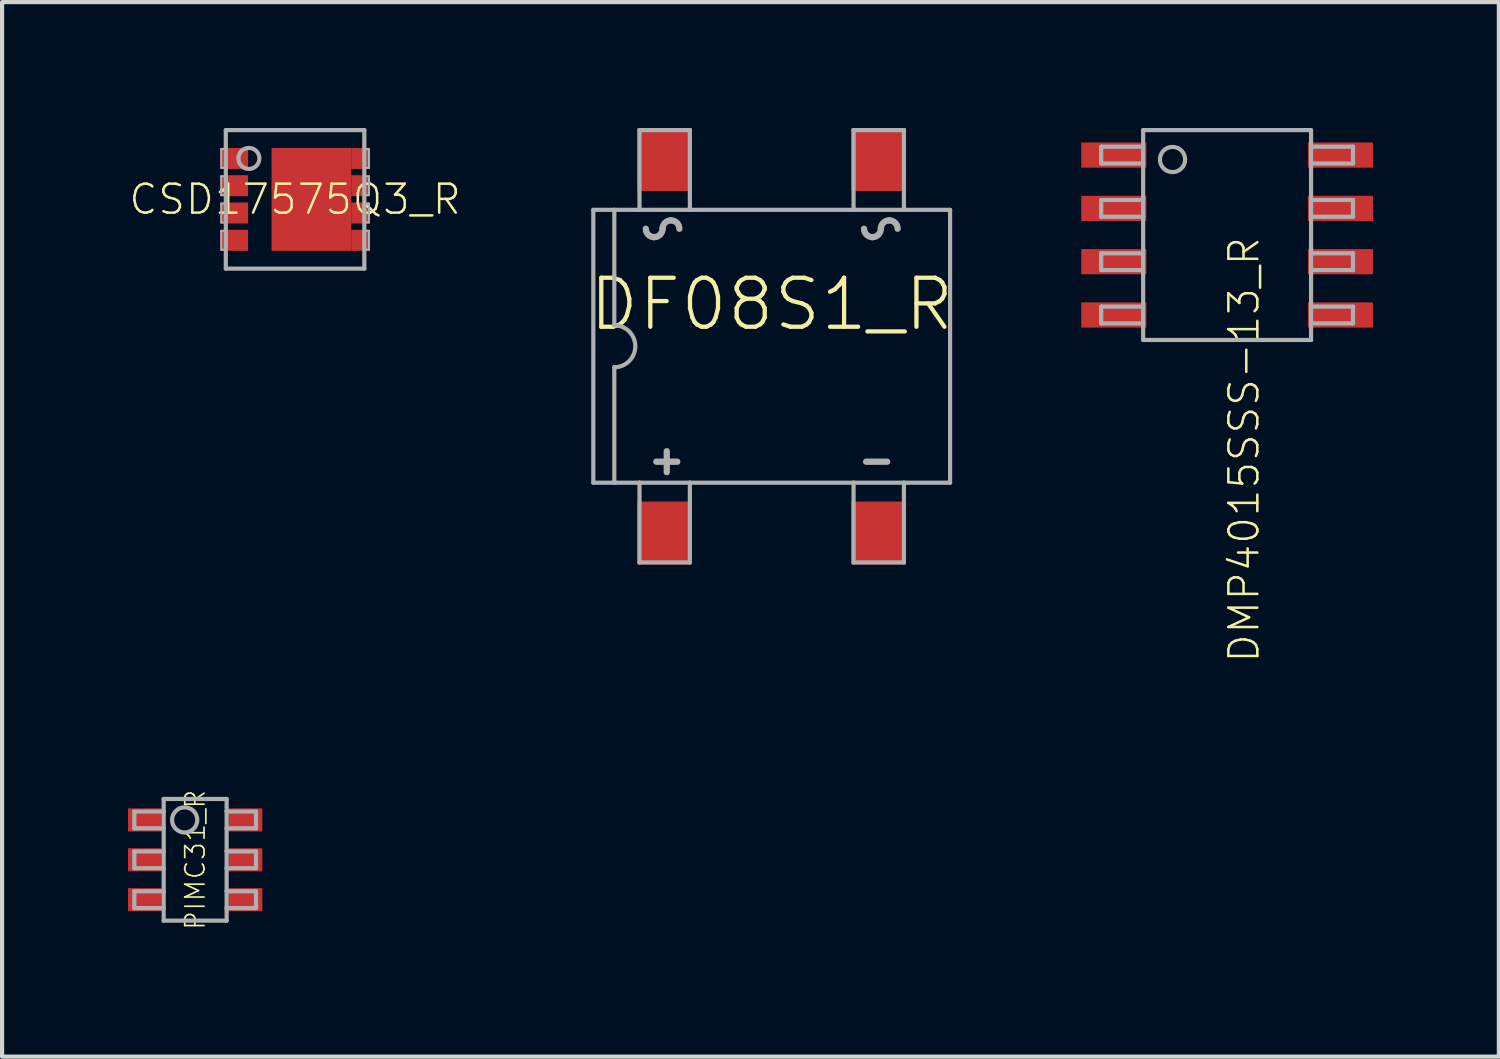
<source format=kicad_pcb>
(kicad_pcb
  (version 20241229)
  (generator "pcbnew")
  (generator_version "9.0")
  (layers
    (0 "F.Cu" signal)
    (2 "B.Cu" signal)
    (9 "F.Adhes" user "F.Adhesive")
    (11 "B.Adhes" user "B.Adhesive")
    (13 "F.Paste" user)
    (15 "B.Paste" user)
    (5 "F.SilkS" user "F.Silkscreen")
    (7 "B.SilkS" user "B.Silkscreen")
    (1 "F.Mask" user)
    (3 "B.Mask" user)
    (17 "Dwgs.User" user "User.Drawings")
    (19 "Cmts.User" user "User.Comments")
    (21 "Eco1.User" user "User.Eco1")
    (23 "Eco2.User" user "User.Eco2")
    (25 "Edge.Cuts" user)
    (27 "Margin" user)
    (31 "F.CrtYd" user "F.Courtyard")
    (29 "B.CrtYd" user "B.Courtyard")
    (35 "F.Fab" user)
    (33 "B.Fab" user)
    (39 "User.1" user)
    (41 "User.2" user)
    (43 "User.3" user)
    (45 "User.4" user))
  (footprint "DF08S1_R"
    (layer "F.Cu")
    (at 15.336 5.2)
    (property "Reference" "DF08S1_R" (at 0 -1 0) (unlocked yes) (layer "F.SilkS") (effects (font (size 1.168 1.168) (thickness 0.102))))
    (fp_line (start -4.25 -3.25) (end -4.25 3.25) (stroke (width 0.1) (type solid)) (layer "F.Fab"))
    (fp_line (start -4.25 3.25) (end -3.75 3.25) (stroke (width 0.1) (type solid)) (layer "F.Fab"))
    (fp_line (start -3.75 -3.25) (end -4.25 -3.25) (stroke (width 0.1) (type solid)) (layer "F.Fab"))
    (fp_line (start -3.75 -3.25) (end -3.75 -0.5) (stroke (width 0.1) (type solid)) (layer "F.Fab"))
    (fp_line (start -3.75 0.5) (end -3.75 3.25) (stroke (width 0.1) (type solid)) (layer "F.Fab"))
    (fp_line (start -3.75 3.25) (end -3.15 3.25) (stroke (width 0.1) (type solid)) (layer "F.Fab"))
    (fp_line (start -3.15 -5.15) (end -3.15 -3.25) (stroke (width 0.1) (type solid)) (layer "F.Fab"))
    (fp_line (start -3.15 -5.15) (end -1.95 -5.15) (stroke (width 0.1) (type solid)) (layer "F.Fab"))
    (fp_line (start -3.15 -3.25) (end -3.75 -3.25) (stroke (width 0.1) (type solid)) (layer "F.Fab"))
    (fp_line (start -3.15 3.25) (end -3.15 5.15) (stroke (width 0.1) (type solid)) (layer "F.Fab"))
    (fp_line (start -3.15 3.25) (end -1.95 3.25) (stroke (width 0.1) (type solid)) (layer "F.Fab"))
    (fp_line (start -3.15 5.15) (end -1.95 5.15) (stroke (width 0.1) (type solid)) (layer "F.Fab"))
    (fp_line (start -2.75 2.75) (end -2.25 2.75) (stroke (width 0.15) (type solid)) (layer "F.Fab"))
    (fp_line (start -2.5 2.5) (end -2.5 3) (stroke (width 0.15) (type solid)) (layer "F.Fab"))
    (fp_line (start -1.95 -5.15) (end -1.95 -3.25) (stroke (width 0.1) (type solid)) (layer "F.Fab"))
    (fp_line (start -1.95 -3.25) (end -3.15 -3.25) (stroke (width 0.1) (type solid)) (layer "F.Fab"))
    (fp_line (start -1.95 3.25) (end 1.95 3.25) (stroke (width 0.1) (type solid)) (layer "F.Fab"))
    (fp_line (start -1.95 5.15) (end -1.95 3.25) (stroke (width 0.1) (type solid)) (layer "F.Fab"))
    (fp_line (start 1.95 -5.15) (end 3.15 -5.15) (stroke (width 0.1) (type solid)) (layer "F.Fab"))
    (fp_line (start 1.95 -3.25) (end -1.95 -3.25) (stroke (width 0.1) (type solid)) (layer "F.Fab"))
    (fp_line (start 1.95 -3.25) (end 1.95 -5.15) (stroke (width 0.1) (type solid)) (layer "F.Fab"))
    (fp_line (start 1.95 3.25) (end 1.95 5.15) (stroke (width 0.1) (type solid)) (layer "F.Fab"))
    (fp_line (start 1.95 3.25) (end 3.15 3.25) (stroke (width 0.1) (type solid)) (layer "F.Fab"))
    (fp_line (start 1.95 5.15) (end 3.15 5.15) (stroke (width 0.1) (type solid)) (layer "F.Fab"))
    (fp_line (start 2.25 2.75) (end 2.75 2.75) (stroke (width 0.15) (type solid)) (layer "F.Fab"))
    (fp_line (start 3.15 -5.15) (end 3.15 -3.25) (stroke (width 0.1) (type solid)) (layer "F.Fab"))
    (fp_line (start 3.15 -3.25) (end 1.95 -3.25) (stroke (width 0.1) (type solid)) (layer "F.Fab"))
    (fp_line (start 3.15 3.25) (end 4.25 3.25) (stroke (width 0.1) (type solid)) (layer "F.Fab"))
    (fp_line (start 3.15 5.15) (end 3.15 3.25) (stroke (width 0.1) (type solid)) (layer "F.Fab"))
    (fp_line (start 4.25 -3.25) (end 3.15 -3.25) (stroke (width 0.1) (type solid)) (layer "F.Fab"))
    (fp_line (start 4.25 3.25) (end 4.25 -3.25) (stroke (width 0.1) (type solid)) (layer "F.Fab"))
    (fp_arc (start -3.75 -0.5) (mid -3.25 0) (end -3.75 0.5) (stroke (width 0.1) (type solid)) (layer "F.Fab"))
    (fp_arc (start -2.8 -2.6) (mid -2.941421 -2.658579) (end -3 -2.8) (stroke (width 0.15) (type solid)) (layer "F.Fab"))
    (fp_arc (start -2.6 -2.8) (mid -2.658579 -2.658579) (end -2.8 -2.6) (stroke (width 0.15) (type solid)) (layer "F.Fab"))
    (fp_arc (start -2.6 -2.8) (mid -2.541421 -2.941421) (end -2.4 -3) (stroke (width 0.15) (type solid)) (layer "F.Fab"))
    (fp_arc (start -2.4 -3) (mid -2.258579 -2.941421) (end -2.2 -2.8) (stroke (width 0.15) (type solid)) (layer "F.Fab"))
    (fp_arc (start 2.4 -2.6) (mid 2.258579 -2.658579) (end 2.2 -2.8) (stroke (width 0.15) (type solid)) (layer "F.Fab"))
    (fp_arc (start 2.6 -2.8) (mid 2.541421 -2.658579) (end 2.4 -2.6) (stroke (width 0.15) (type solid)) (layer "F.Fab"))
    (fp_arc (start 2.6 -2.8) (mid 2.658579 -2.941421) (end 2.8 -3) (stroke (width 0.15) (type solid)) (layer "F.Fab"))
    (fp_arc (start 2.8 -3) (mid 2.941421 -2.941421) (end 3 -2.8) (stroke (width 0.15) (type solid)) (layer "F.Fab"))
    (pad "AC1" smd rect (at -2.55 -4.45 90) (size 1.5 1.3) (layers "F.Cu" "F.Mask" "F.Paste"))
    (pad "AC2" smd rect (at 2.55 -4.45 90) (size 1.5 1.3) (layers "F.Cu" "F.Mask" "F.Paste"))
    (pad "MINUS" smd rect (at 2.55 4.45 90) (size 1.5 1.3) (layers "F.Cu" "F.Mask" "F.Paste"))
    (pad "PLUS" smd rect (at -2.55 4.45 90) (size 1.5 1.3) (layers "F.Cu" "F.Mask" "F.Paste")))
  (footprint "DMP4015SSS-13_R"
    (layer "F.Cu")
    (at 26.186 2.55)
    (property "Reference" "DMP4015SSS-13_R" (at 0 0 90) (unlocked yes) (layer "F.SilkS") (effects (font (size 0.69 0.69) (thickness 0.06)) (justify right top)))
    (fp_poly (pts (xy -1.925 -1.605) (xy -3.475 -1.605) (xy -3.475 -2.205) (xy -1.925 -2.205)) (stroke (width 0) (type default)) (fill yes) (layer "F.Paste"))
    (fp_poly (pts (xy -1.925 -0.335) (xy -3.475 -0.335) (xy -3.475 -0.935) (xy -1.925 -0.935)) (stroke (width 0) (type default)) (fill yes) (layer "F.Paste"))
    (fp_poly (pts (xy -1.925 0.935) (xy -3.475 0.935) (xy -3.475 0.335) (xy -1.925 0.335)) (stroke (width 0) (type default)) (fill yes) (layer "F.Paste"))
    (fp_poly (pts (xy -1.925 2.205) (xy -3.475 2.205) (xy -3.475 1.605) (xy -1.925 1.605)) (stroke (width 0) (type default)) (fill yes) (layer "F.Paste"))
    (fp_poly (pts (xy 3.475 -1.605) (xy 1.925 -1.605) (xy 1.925 -2.205) (xy 3.475 -2.205)) (stroke (width 0) (type default)) (fill yes) (layer "F.Paste"))
    (fp_poly (pts (xy 3.475 -0.335) (xy 1.925 -0.335) (xy 1.925 -0.935) (xy 3.475 -0.935)) (stroke (width 0) (type default)) (fill yes) (layer "F.Paste"))
    (fp_poly (pts (xy 3.475 0.935) (xy 1.925 0.935) (xy 1.925 0.335) (xy 3.475 0.335)) (stroke (width 0) (type default)) (fill yes) (layer "F.Paste"))
    (fp_poly (pts (xy 3.475 2.205) (xy 1.925 2.205) (xy 1.925 1.605) (xy 3.475 1.605)) (stroke (width 0) (type default)) (fill yes) (layer "F.Paste"))
    (fp_line (start -3 -2.105) (end -2 -2.105) (stroke (width 0.1) (type solid)) (layer "F.Fab"))
    (fp_line (start -3 -1.705) (end -3 -2.105) (stroke (width 0.1) (type solid)) (layer "F.Fab"))
    (fp_line (start -3 -0.835) (end -2 -0.835) (stroke (width 0.1) (type solid)) (layer "F.Fab"))
    (fp_line (start -3 -0.435) (end -3 -0.835) (stroke (width 0.1) (type solid)) (layer "F.Fab"))
    (fp_line (start -3 0.435) (end -2 0.435) (stroke (width 0.1) (type solid)) (layer "F.Fab"))
    (fp_line (start -3 0.835) (end -3 0.435) (stroke (width 0.1) (type solid)) (layer "F.Fab"))
    (fp_line (start -3 1.705) (end -2 1.705) (stroke (width 0.1) (type solid)) (layer "F.Fab"))
    (fp_line (start -3 2.105) (end -3 1.705) (stroke (width 0.1) (type solid)) (layer "F.Fab"))
    (fp_line (start -2 -2.5) (end 2 -2.5) (stroke (width 0.1) (type solid)) (layer "F.Fab"))
    (fp_line (start -2 -1.705) (end -3 -1.705) (stroke (width 0.1) (type solid)) (layer "F.Fab"))
    (fp_line (start -2 -0.435) (end -3 -0.435) (stroke (width 0.1) (type solid)) (layer "F.Fab"))
    (fp_line (start -2 0.835) (end -3 0.835) (stroke (width 0.1) (type solid)) (layer "F.Fab"))
    (fp_line (start -2 2.105) (end -3 2.105) (stroke (width 0.1) (type solid)) (layer "F.Fab"))
    (fp_line (start -2 2.5) (end -2 -2.5) (stroke (width 0.1) (type solid)) (layer "F.Fab"))
    (fp_line (start 2 -2.5) (end 2 2.5) (stroke (width 0.1) (type solid)) (layer "F.Fab"))
    (fp_line (start 2 -2.105) (end 3 -2.105) (stroke (width 0.1) (type solid)) (layer "F.Fab"))
    (fp_line (start 2 -0.835) (end 3 -0.835) (stroke (width 0.1) (type solid)) (layer "F.Fab"))
    (fp_line (start 2 0.435) (end 3 0.435) (stroke (width 0.1) (type solid)) (layer "F.Fab"))
    (fp_line (start 2 1.705) (end 3 1.705) (stroke (width 0.1) (type solid)) (layer "F.Fab"))
    (fp_line (start 2 2.5) (end -2 2.5) (stroke (width 0.1) (type solid)) (layer "F.Fab"))
    (fp_line (start 3 -2.105) (end 3 -1.705) (stroke (width 0.1) (type solid)) (layer "F.Fab"))
    (fp_line (start 3 -1.705) (end 2 -1.705) (stroke (width 0.1) (type solid)) (layer "F.Fab"))
    (fp_line (start 3 -0.835) (end 3 -0.435) (stroke (width 0.1) (type solid)) (layer "F.Fab"))
    (fp_line (start 3 -0.435) (end 2 -0.435) (stroke (width 0.1) (type solid)) (layer "F.Fab"))
    (fp_line (start 3 0.435) (end 3 0.835) (stroke (width 0.1) (type solid)) (layer "F.Fab"))
    (fp_line (start 3 0.835) (end 2 0.835) (stroke (width 0.1) (type solid)) (layer "F.Fab"))
    (fp_line (start 3 1.705) (end 3 2.105) (stroke (width 0.1) (type solid)) (layer "F.Fab"))
    (fp_line (start 3 2.105) (end 2 2.105) (stroke (width 0.1) (type solid)) (layer "F.Fab"))
    (fp_circle (center -1.3 -1.8) (end -1 -1.8) (stroke (width 0.1) (type solid)) (fill no) (layer "F.Fab"))
    (pad "1" smd rect (at -2.7 -1.905 270) (size 0.6 1.55) (layers "F.Cu" "F.Mask"))
    (pad "2" smd rect (at -2.7 -0.635 270) (size 0.6 1.55) (layers "F.Cu" "F.Mask"))
    (pad "3" smd rect (at -2.7 0.635 270) (size 0.6 1.55) (layers "F.Cu" "F.Mask"))
    (pad "4" smd rect (at -2.7 1.905 270) (size 0.6 1.55) (layers "F.Cu" "F.Mask"))
    (pad "5" smd rect (at 2.7 1.905 270) (size 0.6 1.55) (layers "F.Cu" "F.Mask"))
    (pad "6" smd rect (at 2.7 0.635 270) (size 0.6 1.55) (layers "F.Cu" "F.Mask"))
    (pad "7" smd rect (at 2.7 -0.635 270) (size 0.6 1.55) (layers "F.Cu" "F.Mask"))
    (pad "8" smd rect (at 2.7 -1.905 270) (size 0.6 1.55) (layers "F.Cu" "F.Mask")))
  (footprint "PIMC31_R"
    (layer "F.Cu")
    (at 1.6 17.435)
    (property "Reference" "PIMC31_R" (at 0 0 90) (unlocked yes) (layer "F.SilkS") (effects (font (size 0.46 0.46) (thickness 0.04))))
    (fp_poly (pts (xy -1.55 -0.725) (xy -0.85 -0.725) (xy -0.85 -1.175) (xy -1.55 -1.175)) (stroke (width 0) (type default)) (fill yes) (layer "F.Paste"))
    (fp_poly (pts (xy -1.55 0.225) (xy -0.85 0.225) (xy -0.85 -0.225) (xy -1.55 -0.225)) (stroke (width 0) (type default)) (fill yes) (layer "F.Paste"))
    (fp_poly (pts (xy -1.55 1.175) (xy -0.85 1.175) (xy -0.85 0.725) (xy -1.55 0.725)) (stroke (width 0) (type default)) (fill yes) (layer "F.Paste"))
    (fp_poly (pts (xy 1.55 -1.175) (xy 0.85 -1.175) (xy 0.85 -0.725) (xy 1.55 -0.725)) (stroke (width 0) (type default)) (fill yes) (layer "F.Paste"))
    (fp_poly (pts (xy 1.55 -0.225) (xy 0.85 -0.225) (xy 0.85 0.225) (xy 1.55 0.225)) (stroke (width 0) (type default)) (fill yes) (layer "F.Paste"))
    (fp_poly (pts (xy 1.55 0.725) (xy 0.85 0.725) (xy 0.85 1.175) (xy 1.55 1.175)) (stroke (width 0) (type default)) (fill yes) (layer "F.Paste"))
    (fp_line (start -1.45 -1.15) (end -1.45 -0.75) (stroke (width 0.1) (type solid)) (layer "F.Fab"))
    (fp_line (start -1.45 -0.75) (end -0.75 -0.75) (stroke (width 0.1) (type solid)) (layer "F.Fab"))
    (fp_line (start -1.45 -0.2) (end -1.45 0.2) (stroke (width 0.1) (type solid)) (layer "F.Fab"))
    (fp_line (start -1.45 0.2) (end -0.75 0.2) (stroke (width 0.1) (type solid)) (layer "F.Fab"))
    (fp_line (start -1.45 0.75) (end -1.45 1.15) (stroke (width 0.1) (type solid)) (layer "F.Fab"))
    (fp_line (start -1.45 1.15) (end -0.75 1.15) (stroke (width 0.1) (type solid)) (layer "F.Fab"))
    (fp_line (start -0.75 -1.45) (end -0.75 -1.15) (stroke (width 0.1) (type solid)) (layer "F.Fab"))
    (fp_line (start -0.75 -1.45) (end 0.75 -1.45) (stroke (width 0.1) (type solid)) (layer "F.Fab"))
    (fp_line (start -0.75 -1.15) (end -1.45 -1.15) (stroke (width 0.1) (type solid)) (layer "F.Fab"))
    (fp_line (start -0.75 -1.15) (end -0.75 -0.75) (stroke (width 0.1) (type solid)) (layer "F.Fab"))
    (fp_line (start -0.75 -0.75) (end -0.75 -0.2) (stroke (width 0.1) (type solid)) (layer "F.Fab"))
    (fp_line (start -0.75 -0.2) (end -1.45 -0.2) (stroke (width 0.1) (type solid)) (layer "F.Fab"))
    (fp_line (start -0.75 -0.2) (end -0.75 0.2) (stroke (width 0.1) (type solid)) (layer "F.Fab"))
    (fp_line (start -0.75 0.2) (end -0.75 0.75) (stroke (width 0.1) (type solid)) (layer "F.Fab"))
    (fp_line (start -0.75 0.75) (end -1.45 0.75) (stroke (width 0.1) (type solid)) (layer "F.Fab"))
    (fp_line (start -0.75 0.75) (end -0.75 1.15) (stroke (width 0.1) (type solid)) (layer "F.Fab"))
    (fp_line (start -0.75 1.15) (end -0.75 1.45) (stroke (width 0.1) (type solid)) (layer "F.Fab"))
    (fp_line (start 0.75 -1.45) (end 0.75 -1.15) (stroke (width 0.1) (type solid)) (layer "F.Fab"))
    (fp_line (start 0.75 -1.15) (end 0.75 -0.75) (stroke (width 0.1) (type solid)) (layer "F.Fab"))
    (fp_line (start 0.75 -0.75) (end 0.75 -0.2) (stroke (width 0.1) (type solid)) (layer "F.Fab"))
    (fp_line (start 0.75 -0.75) (end 1.45 -0.75) (stroke (width 0.1) (type solid)) (layer "F.Fab"))
    (fp_line (start 0.75 -0.2) (end 0.75 0.2) (stroke (width 0.1) (type solid)) (layer "F.Fab"))
    (fp_line (start 0.75 0.2) (end 0.75 0.75) (stroke (width 0.1) (type solid)) (layer "F.Fab"))
    (fp_line (start 0.75 0.2) (end 1.45 0.2) (stroke (width 0.1) (type solid)) (layer "F.Fab"))
    (fp_line (start 0.75 0.75) (end 0.75 1.15) (stroke (width 0.1) (type solid)) (layer "F.Fab"))
    (fp_line (start 0.75 1.15) (end 0.75 1.45) (stroke (width 0.1) (type solid)) (layer "F.Fab"))
    (fp_line (start 0.75 1.15) (end 1.45 1.15) (stroke (width 0.1) (type solid)) (layer "F.Fab"))
    (fp_line (start 0.75 1.45) (end -0.75 1.45) (stroke (width 0.1) (type solid)) (layer "F.Fab"))
    (fp_line (start 1.45 -1.15) (end 0.75 -1.15) (stroke (width 0.1) (type solid)) (layer "F.Fab"))
    (fp_line (start 1.45 -0.75) (end 1.45 -1.15) (stroke (width 0.1) (type solid)) (layer "F.Fab"))
    (fp_line (start 1.45 -0.2) (end 0.75 -0.2) (stroke (width 0.1) (type solid)) (layer "F.Fab"))
    (fp_line (start 1.45 0.2) (end 1.45 -0.2) (stroke (width 0.1) (type solid)) (layer "F.Fab"))
    (fp_line (start 1.45 0.75) (end 0.75 0.75) (stroke (width 0.1) (type solid)) (layer "F.Fab"))
    (fp_line (start 1.45 1.15) (end 1.45 0.75) (stroke (width 0.1) (type solid)) (layer "F.Fab"))
    (fp_circle (center -0.25 -0.95) (end 0.05 -0.95) (stroke (width 0.1) (type solid)) (fill no) (layer "F.Fab"))
    (pad "1" smd rect (at -1.2 -0.95) (size 0.8 0.55) (layers "F.Cu" "F.Mask"))
    (pad "2" smd rect (at -1.2 0) (size 0.8 0.55) (layers "F.Cu" "F.Mask"))
    (pad "3" smd rect (at -1.2 0.95) (size 0.8 0.55) (layers "F.Cu" "F.Mask"))
    (pad "4" smd rect (at 1.2 0.95) (size 0.8 0.55) (layers "F.Cu" "F.Mask"))
    (pad "5" smd rect (at 1.2 0) (size 0.8 0.55) (layers "F.Cu" "F.Mask"))
    (pad "6" smd rect (at 1.2 -0.95) (size 0.8 0.55) (layers "F.Cu" "F.Mask")))
  (footprint "CSD17575Q3_R"
    (layer "F.Cu")
    (at 3.98 1.7)
    (property "Reference" "CSD17575Q3_R" (at 0 0 0) (unlocked yes) (layer "F.SilkS") (effects (font (size 0.69 0.69) (thickness 0.06))))
    (fp_poly (pts (xy -1.8 1.275) (xy -1.07 1.275) (xy -1.07 -1.275) (xy -1.8 -1.275)) (stroke (width 0) (type default)) (fill yes) (layer "F.Mask"))
    (fp_poly (pts (xy -0.61 1.275) (xy 1.8 1.275) (xy 1.8 -1.275) (xy -0.61 -1.275)) (stroke (width 0) (type default)) (fill yes) (layer "F.Mask"))
    (fp_poly (pts (xy -1.21 -0.82) (xy -1.66 -0.82) (xy -1.66 -1.13) (xy -1.21 -1.13)) (stroke (width 0) (type default)) (fill yes) (layer "F.Paste"))
    (fp_poly (pts (xy -1.21 -0.17) (xy -1.66 -0.17) (xy -1.66 -0.48) (xy -1.21 -0.48)) (stroke (width 0) (type default)) (fill yes) (layer "F.Paste"))
    (fp_poly (pts (xy -1.21 0.48) (xy -1.66 0.48) (xy -1.66 0.17) (xy -1.21 0.17)) (stroke (width 0) (type default)) (fill yes) (layer "F.Paste"))
    (fp_poly (pts (xy -1.21 1.13) (xy -1.66 1.13) (xy -1.66 0.82) (xy -1.21 0.82)) (stroke (width 0) (type default)) (fill yes) (layer "F.Paste"))
    (fp_poly (pts (xy 0.95 -0.15) (xy -0.4 -0.15) (xy -0.4 -1.05) (xy 0.95 -1.05)) (stroke (width 0) (type default)) (fill yes) (layer "F.Paste"))
    (fp_poly (pts (xy 0.95 1.05) (xy -0.4 1.05) (xy -0.4 0.15) (xy 0.95 0.15)) (stroke (width 0) (type default)) (fill yes) (layer "F.Paste"))
    (fp_poly (pts (xy 1.66 -0.82) (xy 1.21 -0.82) (xy 1.21 -1.13) (xy 1.66 -1.13)) (stroke (width 0) (type default)) (fill yes) (layer "F.Paste"))
    (fp_poly (pts (xy 1.66 -0.17) (xy 1.21 -0.17) (xy 1.21 -0.48) (xy 1.66 -0.48)) (stroke (width 0) (type default)) (fill yes) (layer "F.Paste"))
    (fp_poly (pts (xy 1.66 0.48) (xy 1.21 0.48) (xy 1.21 0.17) (xy 1.66 0.17)) (stroke (width 0) (type default)) (fill yes) (layer "F.Paste"))
    (fp_poly (pts (xy 1.66 1.13) (xy 1.21 1.13) (xy 1.21 0.82) (xy 1.66 0.82)) (stroke (width 0) (type default)) (fill yes) (layer "F.Paste"))
    (fp_line (start -1.76 -1.2) (end -1.76 -0.75) (stroke (width 0.05) (type solid)) (layer "F.Fab"))
    (fp_line (start -1.76 -0.75) (end -1.65 -0.75) (stroke (width 0.05) (type solid)) (layer "F.Fab"))
    (fp_line (start -1.76 -0.55) (end -1.76 -0.1) (stroke (width 0.05) (type solid)) (layer "F.Fab"))
    (fp_line (start -1.76 -0.1) (end -1.65 -0.1) (stroke (width 0.05) (type solid)) (layer "F.Fab"))
    (fp_line (start -1.76 0.1) (end -1.76 0.55) (stroke (width 0.05) (type solid)) (layer "F.Fab"))
    (fp_line (start -1.76 0.55) (end -1.65 0.55) (stroke (width 0.05) (type solid)) (layer "F.Fab"))
    (fp_line (start -1.76 0.75) (end -1.76 1.2) (stroke (width 0.05) (type solid)) (layer "F.Fab"))
    (fp_line (start -1.76 1.2) (end -1.65 1.2) (stroke (width 0.05) (type solid)) (layer "F.Fab"))
    (fp_line (start -1.65 -1.65) (end -1.65 -1.2) (stroke (width 0.1) (type solid)) (layer "F.Fab"))
    (fp_line (start -1.65 -1.2) (end -1.76 -1.2) (stroke (width 0.05) (type solid)) (layer "F.Fab"))
    (fp_line (start -1.65 -1.2) (end -1.65 -0.75) (stroke (width 0.1) (type solid)) (layer "F.Fab"))
    (fp_line (start -1.65 -0.75) (end -1.65 1.65) (stroke (width 0.1) (type solid)) (layer "F.Fab"))
    (fp_line (start -1.65 -0.55) (end -1.76 -0.55) (stroke (width 0.05) (type solid)) (layer "F.Fab"))
    (fp_line (start -1.65 0.1) (end -1.76 0.1) (stroke (width 0.05) (type solid)) (layer "F.Fab"))
    (fp_line (start -1.65 0.75) (end -1.76 0.75) (stroke (width 0.05) (type solid)) (layer "F.Fab"))
    (fp_line (start -1.65 1.65) (end 1.65 1.65) (stroke (width 0.1) (type solid)) (layer "F.Fab"))
    (fp_line (start 1.65 -1.65) (end -1.65 -1.65) (stroke (width 0.1) (type solid)) (layer "F.Fab"))
    (fp_line (start 1.65 -0.75) (end 1.76 -0.75) (stroke (width 0.05) (type solid)) (layer "F.Fab"))
    (fp_line (start 1.65 -0.1) (end 1.76 -0.1) (stroke (width 0.05) (type solid)) (layer "F.Fab"))
    (fp_line (start 1.65 0.55) (end 1.76 0.55) (stroke (width 0.05) (type solid)) (layer "F.Fab"))
    (fp_line (start 1.65 1.2) (end 1.76 1.2) (stroke (width 0.05) (type solid)) (layer "F.Fab"))
    (fp_line (start 1.65 1.65) (end 1.65 -1.65) (stroke (width 0.1) (type solid)) (layer "F.Fab"))
    (fp_line (start 1.76 -1.2) (end 1.65 -1.2) (stroke (width 0.05) (type solid)) (layer "F.Fab"))
    (fp_line (start 1.76 -0.75) (end 1.76 -1.2) (stroke (width 0.05) (type solid)) (layer "F.Fab"))
    (fp_line (start 1.76 -0.55) (end 1.65 -0.55) (stroke (width 0.05) (type solid)) (layer "F.Fab"))
    (fp_line (start 1.76 -0.1) (end 1.76 -0.55) (stroke (width 0.05) (type solid)) (layer "F.Fab"))
    (fp_line (start 1.76 0.1) (end 1.65 0.1) (stroke (width 0.05) (type solid)) (layer "F.Fab"))
    (fp_line (start 1.76 0.55) (end 1.76 0.1) (stroke (width 0.05) (type solid)) (layer "F.Fab"))
    (fp_line (start 1.76 0.75) (end 1.65 0.75) (stroke (width 0.05) (type solid)) (layer "F.Fab"))
    (fp_line (start 1.76 1.2) (end 1.76 0.75) (stroke (width 0.05) (type solid)) (layer "F.Fab"))
    (fp_circle (center -1.1 -0.975) (end -0.85 -0.975) (stroke (width 0.1) (type solid)) (fill no) (layer "F.Fab"))
    (pad "0" smd rect (at 0.39 0) (size 1.9 2.45) (layers "F.Cu"))
    (pad "1" smd rect (at -1.435 -0.975) (size 0.63 0.5) (layers "F.Cu"))
    (pad "2" smd rect (at -1.435 -0.325) (size 0.63 0.5) (layers "F.Cu"))
    (pad "3" smd rect (at -1.435 0.325) (size 0.63 0.5) (layers "F.Cu"))
    (pad "4" smd rect (at -1.435 0.975) (size 0.63 0.5) (layers "F.Cu"))
    (pad "5" smd rect (at 1.545 0.975 270) (size 0.5 0.41) (layers "F.Cu"))
    (pad "6" smd rect (at 1.545 0.325 270) (size 0.5 0.41) (layers "F.Cu"))
    (pad "7" smd rect (at 1.545 -0.325 270) (size 0.5 0.41) (layers "F.Cu"))
    (pad "8" smd rect (at 1.545 -0.975 270) (size 0.5 0.41) (layers "F.Cu")))
  (gr_rect
    (start -3 -3)
    (end 32.661 22.124)
    (stroke (width 0.1) (type default))
    (fill no)
    (layer "Edge.Cuts")))
</source>
